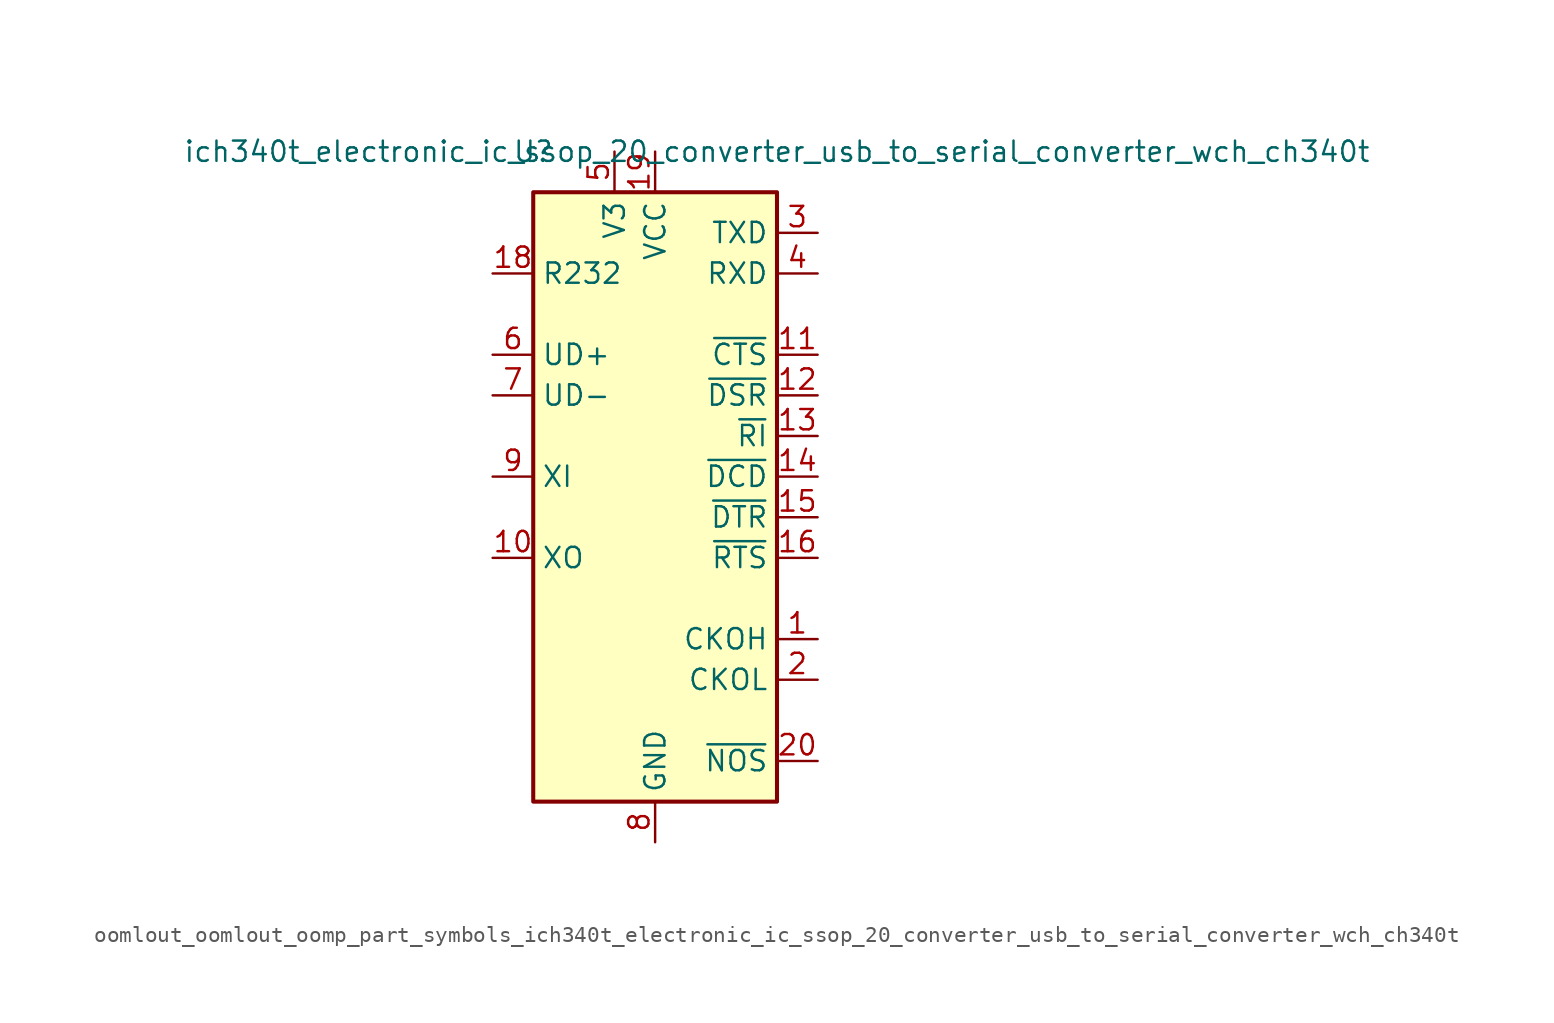
<source format=kicad_sym>
(kicad_symbol_lib
  (version 20220914)
  (generator kicad_symbol_editor)
  (symbol "oomlout_oomlout_oomp_part_symbols_ich340t_electronic_ic_ssop_20_converter_usb_to_serial_converter_wch_ch340t"
    (property "Reference" "U"
      (at -7.62 22.86 0)
      (effects (font (size 1.27 1.27))))
    (property "Value" "ich340t_electronic_ic_ssop_20_converter_usb_to_serial_converter_wch_ch340t"
      (at 7.62 22.86 0)
      (effects (font (size 1.27 1.27))))
    (symbol "oomlout_oomlout_oomp_part_symbols_ich340t_electronic_ic_ssop_20_converter_usb_to_serial_converter_wch_ch340t_1_1"
      (rectangle (start -7.62 20.32) (end 7.62 -17.78) (stroke (width 0.254) (type default)) (fill (type background)))
      (pin output line (at 10.16 -7.62 180) (length 2.54) (name "CKOH" (effects (font (size 1.27 1.27)))) (number "1" (effects (font (size 1.27 1.27)))))
      (pin output line (at -10.16 -2.54 0) (length 2.54) (name "XO" (effects (font (size 1.27 1.27)))) (number "10" (effects (font (size 1.27 1.27)))))
      (pin input line (at 10.16 10.16 180) (length 2.54) (name "~{CTS}" (effects (font (size 1.27 1.27)))) (number "11" (effects (font (size 1.27 1.27)))))
      (pin input line (at 10.16 7.62 180) (length 2.54) (name "~{DSR}" (effects (font (size 1.27 1.27)))) (number "12" (effects (font (size 1.27 1.27)))))
      (pin input line (at 10.16 5.08 180) (length 2.54) (name "~{RI}" (effects (font (size 1.27 1.27)))) (number "13" (effects (font (size 1.27 1.27)))))
      (pin input line (at 10.16 2.54 180) (length 2.54) (name "~{DCD}" (effects (font (size 1.27 1.27)))) (number "14" (effects (font (size 1.27 1.27)))))
      (pin output line (at 10.16 0 180) (length 2.54) (name "~{DTR}" (effects (font (size 1.27 1.27)))) (number "15" (effects (font (size 1.27 1.27)))))
      (pin output line (at 10.16 -2.54 180) (length 2.54) (name "~{RTS}" (effects (font (size 1.27 1.27)))) (number "16" (effects (font (size 1.27 1.27)))))
      (pin no_connect line (at -7.62 -7.62 0) (length 2.54) hide (name "NC" (effects (font (size 1.27 1.27)))) (number "17" (effects (font (size 1.27 1.27)))))
      (pin input line (at -10.16 15.24 0) (length 2.54) (name "R232" (effects (font (size 1.27 1.27)))) (number "18" (effects (font (size 1.27 1.27)))))
      (pin power_in line (at 0 22.86 270) (length 2.54) (name "VCC" (effects (font (size 1.27 1.27)))) (number "19" (effects (font (size 1.27 1.27)))))
      (pin output line (at 10.16 -10.16 180) (length 2.54) (name "CKOL" (effects (font (size 1.27 1.27)))) (number "2" (effects (font (size 1.27 1.27)))))
      (pin input line (at 10.16 -15.24 180) (length 2.54) (name "~{NOS}" (effects (font (size 1.27 1.27)))) (number "20" (effects (font (size 1.27 1.27)))))
      (pin output line (at 10.16 17.78 180) (length 2.54) (name "TXD" (effects (font (size 1.27 1.27)))) (number "3" (effects (font (size 1.27 1.27)))))
      (pin input line (at 10.16 15.24 180) (length 2.54) (name "RXD" (effects (font (size 1.27 1.27)))) (number "4" (effects (font (size 1.27 1.27)))))
      (pin passive line (at -2.54 22.86 270) (length 2.54) (name "V3" (effects (font (size 1.27 1.27)))) (number "5" (effects (font (size 1.27 1.27)))))
      (pin bidirectional line (at -10.16 10.16 0) (length 2.54) (name "UD+" (effects (font (size 1.27 1.27)))) (number "6" (effects (font (size 1.27 1.27)))))
      (pin bidirectional line (at -10.16 7.62 0) (length 2.54) (name "UD-" (effects (font (size 1.27 1.27)))) (number "7" (effects (font (size 1.27 1.27)))))
      (pin power_in line (at 0 -20.32 90) (length 2.54) (name "GND" (effects (font (size 1.27 1.27)))) (number "8" (effects (font (size 1.27 1.27)))))
      (pin input line (at -10.16 2.54 0) (length 2.54) (name "XI" (effects (font (size 1.27 1.27)))) (number "9" (effects (font (size 1.27 1.27))))))))
</source>
